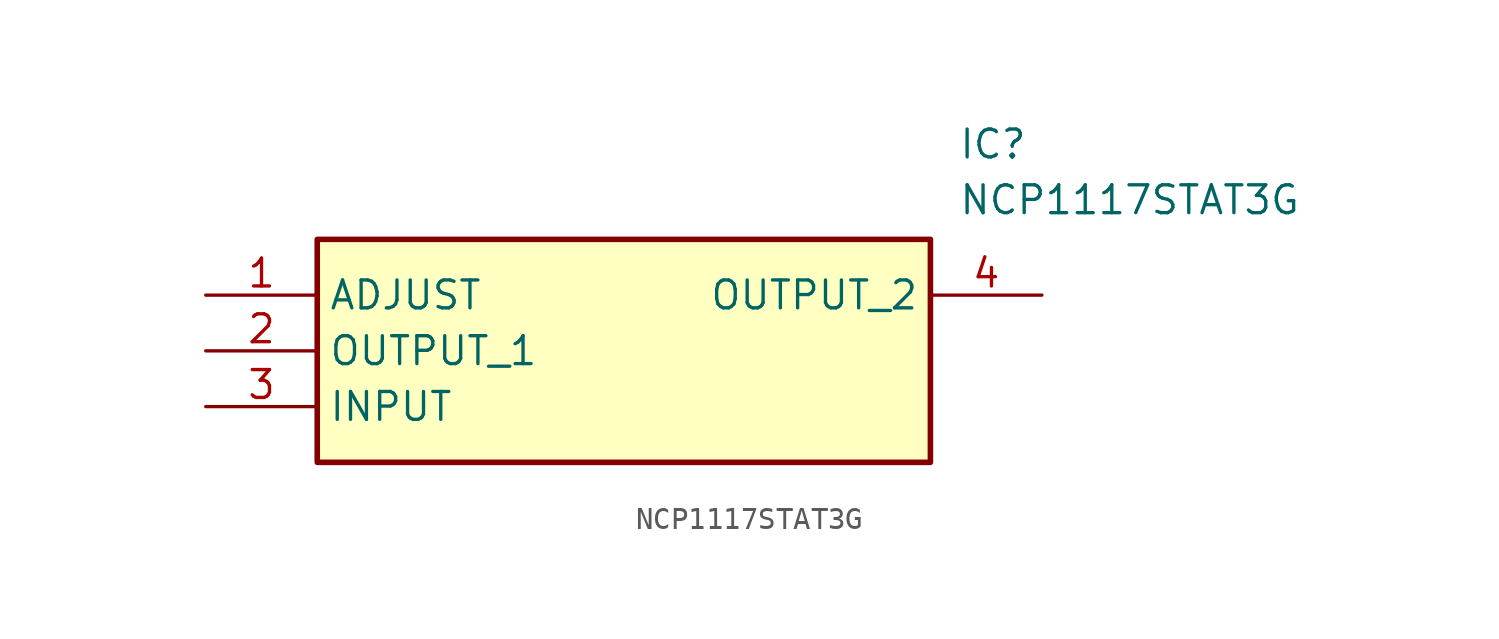
<source format=kicad_sym>
(kicad_symbol_lib
  (version 20211014)
  (generator SamacSys_ECAD_Model)
  (symbol "NCP1117STAT3G"
    (property "Reference" "IC"
      (at 34.29 7.62 0)
      (effects (font (size 1.27 1.27)) (justify left top)))
    (property "Value" "NCP1117STAT3G"
      (at 34.29 5.08 0)
      (effects (font (size 1.27 1.27)) (justify left top)))
    (rectangle
      (start 5.08 2.54)
      (end 33.02 -7.62)
      (stroke (width 0.254) (type default))
      (fill (type background)))
    (pin passive line
      (at 0 0 0)
      (length 5.08)
      (name "ADJUST" (effects (font (size 1.27 1.27))))
      (number "1" (effects (font (size 1.27 1.27)))))
    (pin passive line
      (at 0 -2.54 0)
      (length 5.08)
      (name "OUTPUT_1" (effects (font (size 1.27 1.27))))
      (number "2" (effects (font (size 1.27 1.27)))))
    (pin passive line
      (at 0 -5.08 0)
      (length 5.08)
      (name "INPUT" (effects (font (size 1.27 1.27))))
      (number "3" (effects (font (size 1.27 1.27)))))
    (pin passive line
      (at 38.1 0 180)
      (length 5.08)
      (name "OUTPUT_2" (effects (font (size 1.27 1.27))))
      (number "4" (effects (font (size 1.27 1.27)))))))
</source>
